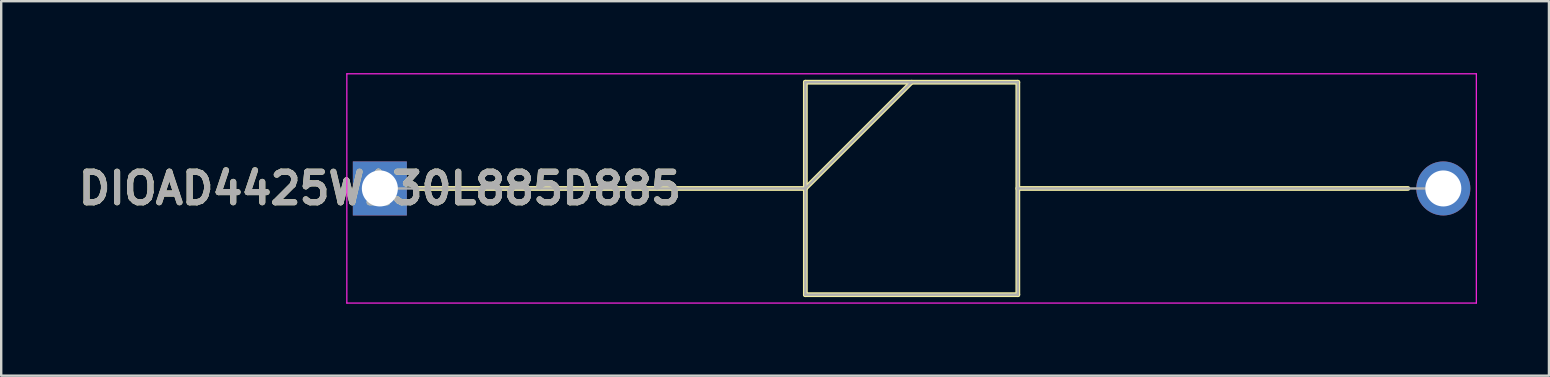
<source format=kicad_pcb>
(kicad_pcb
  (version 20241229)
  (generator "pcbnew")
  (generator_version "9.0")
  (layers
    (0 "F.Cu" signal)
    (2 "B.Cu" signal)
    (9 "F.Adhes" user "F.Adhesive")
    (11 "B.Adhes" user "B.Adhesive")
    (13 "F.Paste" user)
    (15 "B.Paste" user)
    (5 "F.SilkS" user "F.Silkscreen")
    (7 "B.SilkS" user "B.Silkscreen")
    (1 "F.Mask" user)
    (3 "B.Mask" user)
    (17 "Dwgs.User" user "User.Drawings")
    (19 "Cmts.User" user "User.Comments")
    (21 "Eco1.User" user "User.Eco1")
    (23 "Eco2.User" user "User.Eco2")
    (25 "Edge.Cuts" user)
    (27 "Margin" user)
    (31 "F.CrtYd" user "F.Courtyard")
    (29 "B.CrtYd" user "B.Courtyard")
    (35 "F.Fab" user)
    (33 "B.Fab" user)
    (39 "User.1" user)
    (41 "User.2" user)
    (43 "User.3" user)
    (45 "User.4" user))
  (footprint "DIOAD4425W130L885D885"
    (layer "F.Cu")
    (at 12.773 4.8)
    (property "Reference" "DIOAD4425W130L885D885" (at 0 0 0) (layer "F.SilkS") (effects (font (size 1.27 1.27) (thickness 0.254))))
    (attr through_hole)
    (fp_line (start 1.475 0) (end 17.725 0) (stroke (width 0.2) (type solid)) (layer "F.SilkS"))
    (fp_line (start 17.725 -4.425) (end 26.575 -4.425) (stroke (width 0.2) (type solid)) (layer "F.SilkS"))
    (fp_line (start 17.725 0) (end 22.15 -4.425) (stroke (width 0.2) (type solid)) (layer "F.SilkS"))
    (fp_line (start 17.725 4.425) (end 17.725 -4.425) (stroke (width 0.2) (type solid)) (layer "F.SilkS"))
    (fp_line (start 26.575 -4.425) (end 26.575 4.425) (stroke (width 0.2) (type solid)) (layer "F.SilkS"))
    (fp_line (start 26.575 0) (end 42.825 0) (stroke (width 0.2) (type solid)) (layer "F.SilkS"))
    (fp_line (start 26.575 4.425) (end 17.725 4.425) (stroke (width 0.2) (type solid)) (layer "F.SilkS"))
    (fp_line (start -1.375 -4.775) (end 45.675 -4.775) (stroke (width 0.05) (type solid)) (layer "F.CrtYd"))
    (fp_line (start -1.375 4.775) (end -1.375 -4.775) (stroke (width 0.05) (type solid)) (layer "F.CrtYd"))
    (fp_line (start 45.675 -4.775) (end 45.675 4.775) (stroke (width 0.05) (type solid)) (layer "F.CrtYd"))
    (fp_line (start 45.675 4.775) (end -1.375 4.775) (stroke (width 0.05) (type solid)) (layer "F.CrtYd"))
    (fp_line (start 0 0) (end 17.725 0) (stroke (width 0.1) (type solid)) (layer "F.Fab"))
    (fp_line (start 17.725 -4.425) (end 26.575 -4.425) (stroke (width 0.1) (type solid)) (layer "F.Fab"))
    (fp_line (start 17.725 0) (end 22.15 -4.425) (stroke (width 0.1) (type solid)) (layer "F.Fab"))
    (fp_line (start 17.725 4.425) (end 17.725 -4.425) (stroke (width 0.1) (type solid)) (layer "F.Fab"))
    (fp_line (start 26.575 -4.425) (end 26.575 4.425) (stroke (width 0.1) (type solid)) (layer "F.Fab"))
    (fp_line (start 26.575 0) (end 44.3 0) (stroke (width 0.1) (type solid)) (layer "F.Fab"))
    (fp_line (start 26.575 4.425) (end 17.725 4.425) (stroke (width 0.1) (type solid)) (layer "F.Fab"))
    (fp_text user "${REFERENCE}" (at 0 0 0) (layer "F.Fab") (effects (font (size 1.27 1.27) (thickness 0.254))))
    (pad "1" thru_hole rect (at 0 0) (size 2.25 2.25) (drill 1.5) (layers "*.Cu" "*.Mask"))
    (pad "2" thru_hole circle (at 44.3 0) (size 2.25 2.25) (drill 1.5) (layers "*.Cu" "*.Mask")))
  (gr_rect
    (start -3 -3)
    (end 61.473 12.6)
    (stroke (width 0.1) (type default))
    (fill no)
    (layer "Edge.Cuts")))
</source>
